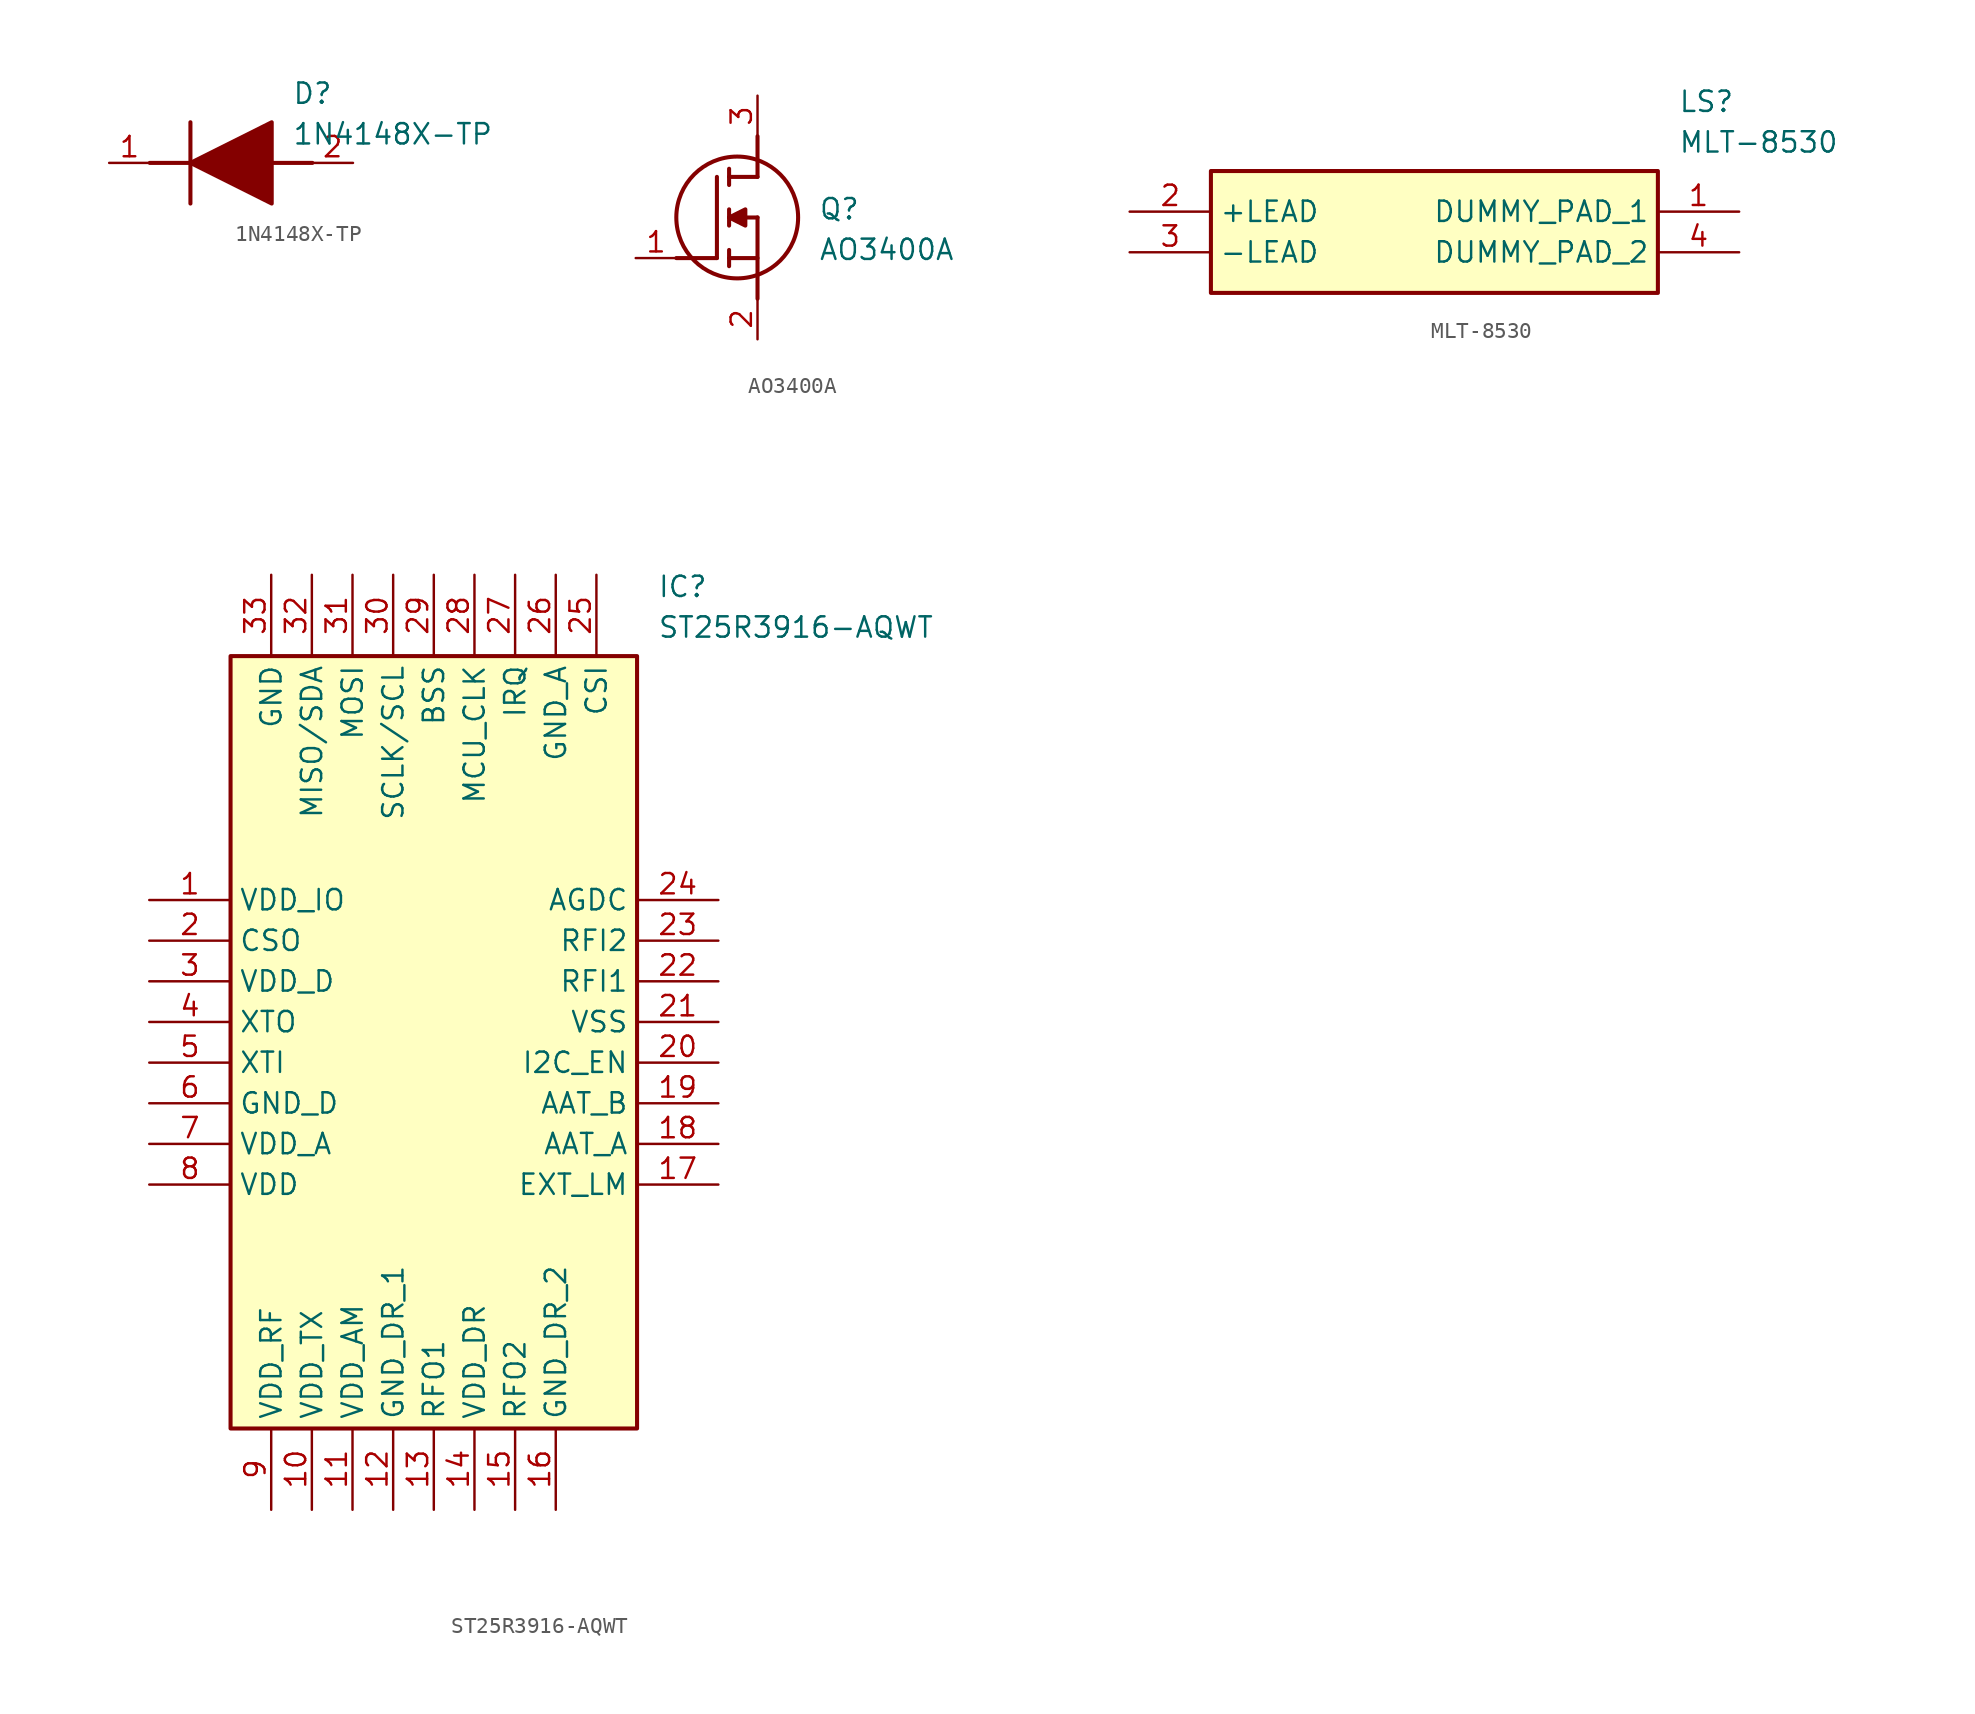
<source format=kicad_sym>
(kicad_symbol_lib
  (version 20231120)
  (generator "kicad_symbol_editor")
  (generator_version "8.0")
  (symbol "1N4148X-TP"
    (pin_names hide)
    (property "Reference" "D"
      (at 11.43 5.08 0)
      (effects (font (size 1.27 1.27)) (justify left top)))
    (property "Value" "1N4148X-TP"
      (at 11.43 2.54 0)
      (effects (font (size 1.27 1.27)) (justify left top)))
    (symbol "1N4148X-TP_1_1"
      (polyline (pts (xy 2.54 0) (xy 5.08 0)) (stroke (width 0.254) (type default)) (fill (type none)))
      (polyline (pts (xy 5.08 2.54) (xy 5.08 -2.54)) (stroke (width 0.254) (type default)) (fill (type none)))
      (polyline (pts (xy 10.16 0) (xy 12.7 0)) (stroke (width 0.254) (type default)) (fill (type none)))
      (polyline (pts (xy 5.08 0) (xy 10.16 2.54) (xy 10.16 -2.54) (xy 5.08 0)) (stroke (width 0.254) (type default)) (fill (type outline)))
      (pin passive line (at 0 0 0) (length 2.54) (name "K" (effects (font (size 1.27 1.27)))) (number "1" (effects (font (size 1.27 1.27)))))
      (pin passive line (at 15.24 0 180) (length 2.54) (name "A" (effects (font (size 1.27 1.27)))) (number "2" (effects (font (size 1.27 1.27)))))))
  (symbol "AO3400A"
    (pin_names hide)
    (property "Reference" "Q"
      (at 11.43 3.81 0)
      (effects (font (size 1.27 1.27)) (justify left top)))
    (property "Value" "AO3400A"
      (at 11.43 1.27 0)
      (effects (font (size 1.27 1.27)) (justify left top)))
    (symbol "AO3400A_1_1"
      (polyline (pts (xy 2.54 0) (xy 5.08 0)) (stroke (width 0.254) (type default)) (fill (type none)))
      (polyline (pts (xy 5.08 5.08) (xy 5.08 0)) (stroke (width 0.254) (type default)) (fill (type none)))
      (polyline (pts (xy 5.842 -0.508) (xy 5.842 0.508)) (stroke (width 0.254) (type default)) (fill (type none)))
      (polyline (pts (xy 5.842 0) (xy 7.62 0)) (stroke (width 0.254) (type default)) (fill (type none)))
      (polyline (pts (xy 5.842 2.032) (xy 5.842 3.048)) (stroke (width 0.254) (type default)) (fill (type none)))
      (polyline (pts (xy 5.842 5.588) (xy 5.842 4.572)) (stroke (width 0.254) (type default)) (fill (type none)))
      (polyline (pts (xy 7.62 2.54) (xy 5.842 2.54)) (stroke (width 0.254) (type default)) (fill (type none)))
      (polyline (pts (xy 7.62 2.54) (xy 7.62 -2.54)) (stroke (width 0.254) (type default)) (fill (type none)))
      (polyline (pts (xy 7.62 5.08) (xy 5.842 5.08)) (stroke (width 0.254) (type default)) (fill (type none)))
      (polyline (pts (xy 7.62 5.08) (xy 7.62 7.62)) (stroke (width 0.254) (type default)) (fill (type none)))
      (polyline (pts (xy 5.842 2.54) (xy 6.858 3.048) (xy 6.858 2.032) (xy 5.842 2.54)) (stroke (width 0.254) (type default)) (fill (type outline)))
      (circle (center 6.35 2.54) (radius 3.81) (stroke (width 0.254) (type default)) (fill (type none)))
      (pin passive line (at 0 0 0) (length 2.54) (name "G" (effects (font (size 1.27 1.27)))) (number "1" (effects (font (size 1.27 1.27)))))
      (pin passive line (at 7.62 -5.08 90) (length 2.54) (name "S" (effects (font (size 1.27 1.27)))) (number "2" (effects (font (size 1.27 1.27)))))
      (pin passive line (at 7.62 10.16 270) (length 2.54) (name "D" (effects (font (size 1.27 1.27)))) (number "3" (effects (font (size 1.27 1.27)))))))
  (symbol "MLT-8530"
    (property "Reference" "LS"
      (at 34.29 7.62 0)
      (effects (font (size 1.27 1.27)) (justify left top)))
    (property "Value" "MLT-8530"
      (at 34.29 5.08 0)
      (effects (font (size 1.27 1.27)) (justify left top)))
    (symbol "MLT-8530_1_1"
      (rectangle (start 5.08 2.54) (end 33.02 -5.08) (stroke (width 0.254) (type default)) (fill (type background)))
      (pin passive line (at 38.1 0 180) (length 5.08) (name "DUMMY_PAD_1" (effects (font (size 1.27 1.27)))) (number "1" (effects (font (size 1.27 1.27)))))
      (pin passive line (at 0 0 0) (length 5.08) (name "+LEAD" (effects (font (size 1.27 1.27)))) (number "2" (effects (font (size 1.27 1.27)))))
      (pin passive line (at 0 -2.54 0) (length 5.08) (name "-LEAD" (effects (font (size 1.27 1.27)))) (number "3" (effects (font (size 1.27 1.27)))))
      (pin passive line (at 38.1 -2.54 180) (length 5.08) (name "DUMMY_PAD_2" (effects (font (size 1.27 1.27)))) (number "4" (effects (font (size 1.27 1.27)))))))
  (symbol "ST25R3916-AQWT"
    (property "Reference" "IC"
      (at 31.75 20.32 0)
      (effects (font (size 1.27 1.27)) (justify left top)))
    (property "Value" "ST25R3916-AQWT"
      (at 31.75 17.78 0)
      (effects (font (size 1.27 1.27)) (justify left top)))
    (symbol "ST25R3916-AQWT_1_1"
      (rectangle (start 5.08 15.24) (end 30.48 -33.02) (stroke (width 0.254) (type default)) (fill (type background)))
      (pin passive line (at 0 0 0) (length 5.08) (name "VDD_IO" (effects (font (size 1.27 1.27)))) (number "1" (effects (font (size 1.27 1.27)))))
      (pin passive line (at 10.16 -38.1 90) (length 5.08) (name "VDD_TX" (effects (font (size 1.27 1.27)))) (number "10" (effects (font (size 1.27 1.27)))))
      (pin passive line (at 12.7 -38.1 90) (length 5.08) (name "VDD_AM" (effects (font (size 1.27 1.27)))) (number "11" (effects (font (size 1.27 1.27)))))
      (pin passive line (at 15.24 -38.1 90) (length 5.08) (name "GND_DR_1" (effects (font (size 1.27 1.27)))) (number "12" (effects (font (size 1.27 1.27)))))
      (pin passive line (at 17.78 -38.1 90) (length 5.08) (name "RFO1" (effects (font (size 1.27 1.27)))) (number "13" (effects (font (size 1.27 1.27)))))
      (pin passive line (at 20.32 -38.1 90) (length 5.08) (name "VDD_DR" (effects (font (size 1.27 1.27)))) (number "14" (effects (font (size 1.27 1.27)))))
      (pin passive line (at 22.86 -38.1 90) (length 5.08) (name "RFO2" (effects (font (size 1.27 1.27)))) (number "15" (effects (font (size 1.27 1.27)))))
      (pin passive line (at 25.4 -38.1 90) (length 5.08) (name "GND_DR_2" (effects (font (size 1.27 1.27)))) (number "16" (effects (font (size 1.27 1.27)))))
      (pin passive line (at 35.56 -17.78 180) (length 5.08) (name "EXT_LM" (effects (font (size 1.27 1.27)))) (number "17" (effects (font (size 1.27 1.27)))))
      (pin passive line (at 35.56 -15.24 180) (length 5.08) (name "AAT_A" (effects (font (size 1.27 1.27)))) (number "18" (effects (font (size 1.27 1.27)))))
      (pin passive line (at 35.56 -12.7 180) (length 5.08) (name "AAT_B" (effects (font (size 1.27 1.27)))) (number "19" (effects (font (size 1.27 1.27)))))
      (pin passive line (at 0 -2.54 0) (length 5.08) (name "CSO" (effects (font (size 1.27 1.27)))) (number "2" (effects (font (size 1.27 1.27)))))
      (pin passive line (at 35.56 -10.16 180) (length 5.08) (name "I2C_EN" (effects (font (size 1.27 1.27)))) (number "20" (effects (font (size 1.27 1.27)))))
      (pin passive line (at 35.56 -7.62 180) (length 5.08) (name "VSS" (effects (font (size 1.27 1.27)))) (number "21" (effects (font (size 1.27 1.27)))))
      (pin passive line (at 35.56 -5.08 180) (length 5.08) (name "RFI1" (effects (font (size 1.27 1.27)))) (number "22" (effects (font (size 1.27 1.27)))))
      (pin passive line (at 35.56 -2.54 180) (length 5.08) (name "RFI2" (effects (font (size 1.27 1.27)))) (number "23" (effects (font (size 1.27 1.27)))))
      (pin passive line (at 35.56 0 180) (length 5.08) (name "AGDC" (effects (font (size 1.27 1.27)))) (number "24" (effects (font (size 1.27 1.27)))))
      (pin passive line (at 27.94 20.32 270) (length 5.08) (name "CSI" (effects (font (size 1.27 1.27)))) (number "25" (effects (font (size 1.27 1.27)))))
      (pin passive line (at 25.4 20.32 270) (length 5.08) (name "GND_A" (effects (font (size 1.27 1.27)))) (number "26" (effects (font (size 1.27 1.27)))))
      (pin passive line (at 22.86 20.32 270) (length 5.08) (name "IRQ" (effects (font (size 1.27 1.27)))) (number "27" (effects (font (size 1.27 1.27)))))
      (pin passive line (at 20.32 20.32 270) (length 5.08) (name "MCU_CLK" (effects (font (size 1.27 1.27)))) (number "28" (effects (font (size 1.27 1.27)))))
      (pin passive line (at 17.78 20.32 270) (length 5.08) (name "BSS" (effects (font (size 1.27 1.27)))) (number "29" (effects (font (size 1.27 1.27)))))
      (pin passive line (at 0 -5.08 0) (length 5.08) (name "VDD_D" (effects (font (size 1.27 1.27)))) (number "3" (effects (font (size 1.27 1.27)))))
      (pin passive line (at 15.24 20.32 270) (length 5.08) (name "SCLK/SCL" (effects (font (size 1.27 1.27)))) (number "30" (effects (font (size 1.27 1.27)))))
      (pin passive line (at 12.7 20.32 270) (length 5.08) (name "MOSI" (effects (font (size 1.27 1.27)))) (number "31" (effects (font (size 1.27 1.27)))))
      (pin passive line (at 10.16 20.32 270) (length 5.08) (name "MISO/SDA" (effects (font (size 1.27 1.27)))) (number "32" (effects (font (size 1.27 1.27)))))
      (pin passive line (at 7.62 20.32 270) (length 5.08) (name "GND" (effects (font (size 1.27 1.27)))) (number "33" (effects (font (size 1.27 1.27)))))
      (pin passive line (at 0 -7.62 0) (length 5.08) (name "XTO" (effects (font (size 1.27 1.27)))) (number "4" (effects (font (size 1.27 1.27)))))
      (pin passive line (at 0 -10.16 0) (length 5.08) (name "XTI" (effects (font (size 1.27 1.27)))) (number "5" (effects (font (size 1.27 1.27)))))
      (pin passive line (at 0 -12.7 0) (length 5.08) (name "GND_D" (effects (font (size 1.27 1.27)))) (number "6" (effects (font (size 1.27 1.27)))))
      (pin passive line (at 0 -15.24 0) (length 5.08) (name "VDD_A" (effects (font (size 1.27 1.27)))) (number "7" (effects (font (size 1.27 1.27)))))
      (pin passive line (at 0 -17.78 0) (length 5.08) (name "VDD" (effects (font (size 1.27 1.27)))) (number "8" (effects (font (size 1.27 1.27)))))
      (pin passive line (at 7.62 -38.1 90) (length 5.08) (name "VDD_RF" (effects (font (size 1.27 1.27)))) (number "9" (effects (font (size 1.27 1.27))))))))
</source>
